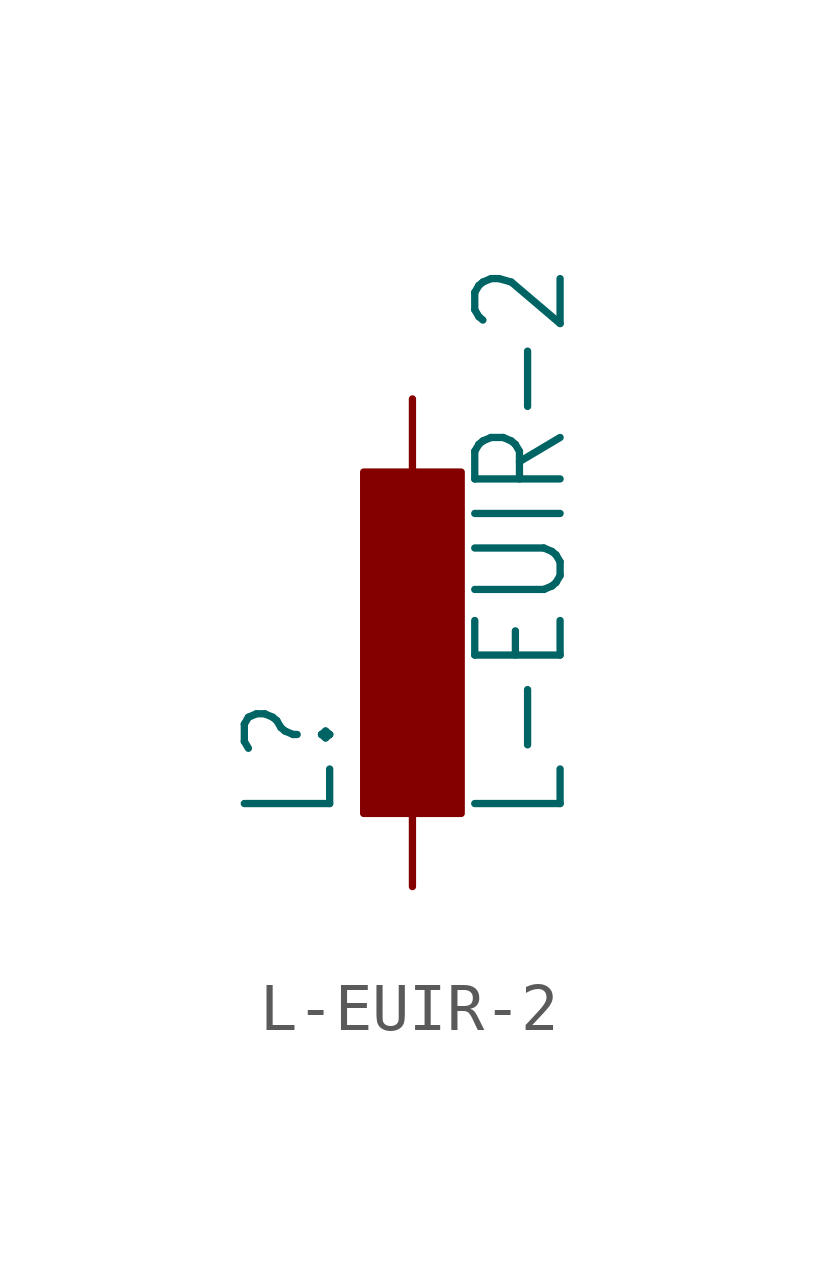
<source format=kicad_sym>
(kicad_symbol_lib
  (version 20211014)
  (generator kicad_symbol_editor)
  (symbol "L-EUIR-2"
    (property "Reference" "L"
      (at -1.499 -3.81 90)
      (effects (font (size 1.778 1.511)) (justify left bottom)))
    (property "Value" "L-EUIR-2"
      (at 3.302 -3.81 90)
      (effects (font (size 1.778 1.511)) (justify left bottom)))
    (property "ki_locked" ""
      (at 0 0 0)
      (effects (font (size 1.27 1.27))))
    (symbol "L-EUIR-2_1_0"
      (rectangle (start -1.016 -3.556) (end 1.016 3.556) (stroke (width 0) (type default) (color 0 0 0 0)) (fill (type outline)))
      (pin passive line (at 0 5.08 270) (length 2.54) (name "1" (effects (font (size 0 0)))) (number "1" (effects (font (size 0 0)))))
      (pin passive line (at 0 -5.08 90) (length 2.54) (name "2" (effects (font (size 0 0)))) (number "2" (effects (font (size 0 0))))))))
</source>
